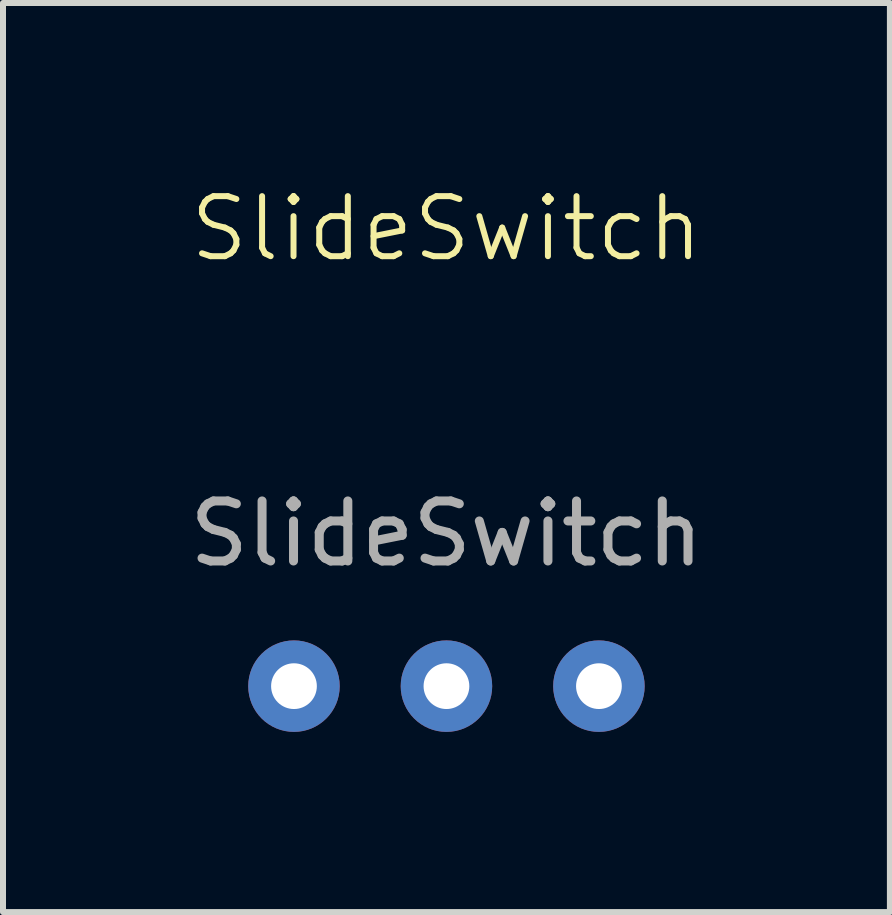
<source format=kicad_pcb>
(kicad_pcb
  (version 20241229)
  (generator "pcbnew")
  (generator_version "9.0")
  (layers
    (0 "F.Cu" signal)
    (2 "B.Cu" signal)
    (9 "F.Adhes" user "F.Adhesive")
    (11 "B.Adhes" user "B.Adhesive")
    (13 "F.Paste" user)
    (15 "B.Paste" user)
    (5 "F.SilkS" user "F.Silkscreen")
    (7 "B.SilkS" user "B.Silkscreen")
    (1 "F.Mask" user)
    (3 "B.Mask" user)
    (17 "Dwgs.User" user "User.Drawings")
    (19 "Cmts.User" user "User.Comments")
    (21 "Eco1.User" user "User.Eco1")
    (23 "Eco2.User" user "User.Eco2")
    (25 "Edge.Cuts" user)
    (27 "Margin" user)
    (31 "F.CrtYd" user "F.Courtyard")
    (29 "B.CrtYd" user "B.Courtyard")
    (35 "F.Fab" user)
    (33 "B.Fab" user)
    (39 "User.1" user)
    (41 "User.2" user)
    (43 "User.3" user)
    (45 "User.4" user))
  (footprint "SlideSwitch"
    (layer "F.Cu")
    (at 4.387 8.38)
    (property "Reference" "SlideSwitch" (at 0 -7.62 0) (unlocked yes) (layer "F.SilkS") (effects (font (size 1 1) (thickness 0.1))))
    (attr through_hole)
    (fp_text user "${REFERENCE}" (at 0 -2.54 0) (unlocked yes) (layer "F.Fab") (effects (font (size 1 1) (thickness 0.15))))
    (pad "1" thru_hole circle (at -2.54 0) (size 1.524 1.524) (drill 0.762) (layers "*.Cu" "*.Mask"))
    (pad "2" thru_hole circle (at 0 0) (size 1.524 1.524) (drill 0.762) (layers "*.Cu" "*.Mask"))
    (pad "3" thru_hole circle (at 2.54 0) (size 1.524 1.524) (drill 0.762) (layers "*.Cu" "*.Mask")))
  (gr_rect
    (start -3 -3)
    (end 11.774 12.143)
    (stroke (width 0.1) (type default))
    (fill no)
    (layer "Edge.Cuts")))
</source>
